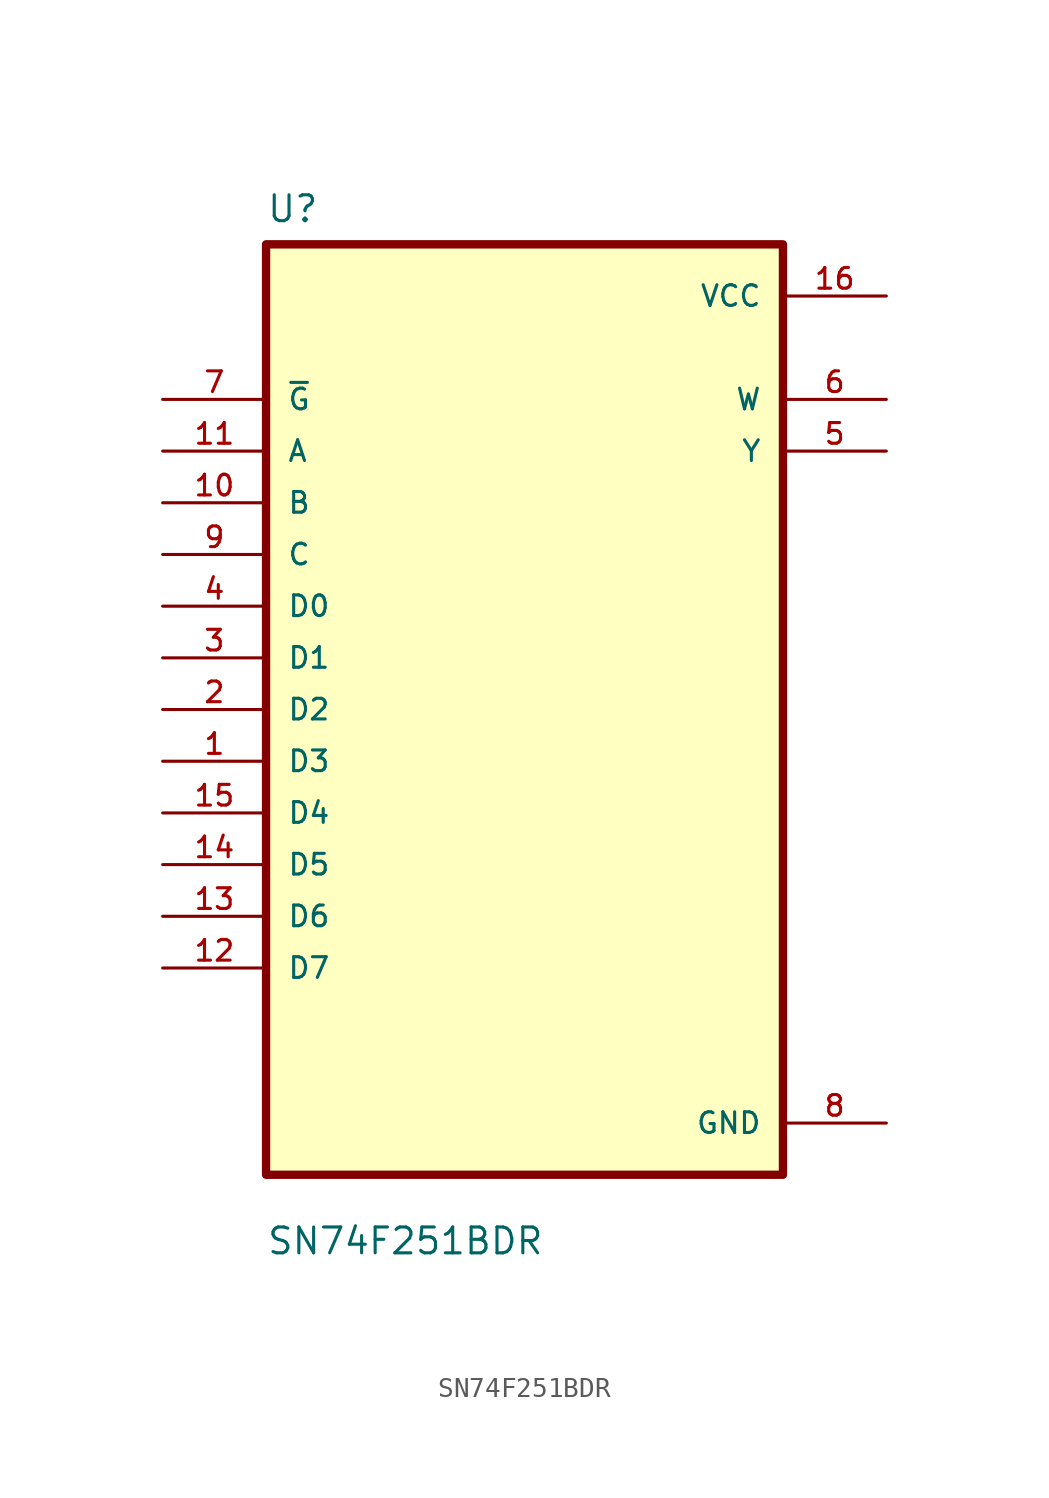
<source format=kicad_sym>
(kicad_symbol_lib
  (version 20211014)
  (generator kicad_symbol_editor)
  (symbol "SN74F251BDR"
    (pin_names
      (offset 1.016))
    (property "Reference" "U"
      (at -12.7 23.86 0.0)
      (effects (font (size 1.27 1.27)) (justify bottom left)))
    (property "Value" "SN74F251BDR"
      (at -12.7 -26.86 0.0)
      (effects (font (size 1.27 1.27)) (justify bottom left)))
    (symbol "SN74F251BDR_0_0"
      (rectangle (start -12.7 -22.86) (end 12.7 22.86) (stroke (width 0.41)) (fill (type background)))
      (pin input line (at -17.78 15.24 0) (length 5.08) (name "~{G}" (effects (font (size 1.016 1.016)))) (number "7" (effects (font (size 1.016 1.016)))))
      (pin input line (at -17.78 12.7 0) (length 5.08) (name "A" (effects (font (size 1.016 1.016)))) (number "11" (effects (font (size 1.016 1.016)))))
      (pin input line (at -17.78 10.16 0) (length 5.08) (name "B" (effects (font (size 1.016 1.016)))) (number "10" (effects (font (size 1.016 1.016)))))
      (pin input line (at -17.78 7.62 0) (length 5.08) (name "C" (effects (font (size 1.016 1.016)))) (number "9" (effects (font (size 1.016 1.016)))))
      (pin input line (at -17.78 5.08 0) (length 5.08) (name "D0" (effects (font (size 1.016 1.016)))) (number "4" (effects (font (size 1.016 1.016)))))
      (pin input line (at -17.78 2.54 0) (length 5.08) (name "D1" (effects (font (size 1.016 1.016)))) (number "3" (effects (font (size 1.016 1.016)))))
      (pin input line (at -17.78 3.55271e-15 0) (length 5.08) (name "D2" (effects (font (size 1.016 1.016)))) (number "2" (effects (font (size 1.016 1.016)))))
      (pin input line (at -17.78 -2.54 0) (length 5.08) (name "D3" (effects (font (size 1.016 1.016)))) (number "1" (effects (font (size 1.016 1.016)))))
      (pin input line (at -17.78 -5.08 0) (length 5.08) (name "D4" (effects (font (size 1.016 1.016)))) (number "15" (effects (font (size 1.016 1.016)))))
      (pin input line (at -17.78 -7.62 0) (length 5.08) (name "D5" (effects (font (size 1.016 1.016)))) (number "14" (effects (font (size 1.016 1.016)))))
      (pin input line (at -17.78 -10.16 0) (length 5.08) (name "D6" (effects (font (size 1.016 1.016)))) (number "13" (effects (font (size 1.016 1.016)))))
      (pin input line (at -17.78 -12.7 0) (length 5.08) (name "D7" (effects (font (size 1.016 1.016)))) (number "12" (effects (font (size 1.016 1.016)))))
      (pin power_in line (at 17.78 20.32 180.0) (length 5.08) (name "VCC" (effects (font (size 1.016 1.016)))) (number "16" (effects (font (size 1.016 1.016)))))
      (pin output line (at 17.78 15.24 180.0) (length 5.08) (name "W" (effects (font (size 1.016 1.016)))) (number "6" (effects (font (size 1.016 1.016)))))
      (pin output line (at 17.78 12.7 180.0) (length 5.08) (name "Y" (effects (font (size 1.016 1.016)))) (number "5" (effects (font (size 1.016 1.016)))))
      (pin power_in line (at 17.78 -20.32 180.0) (length 5.08) (name "GND" (effects (font (size 1.016 1.016)))) (number "8" (effects (font (size 1.016 1.016))))))))
</source>
